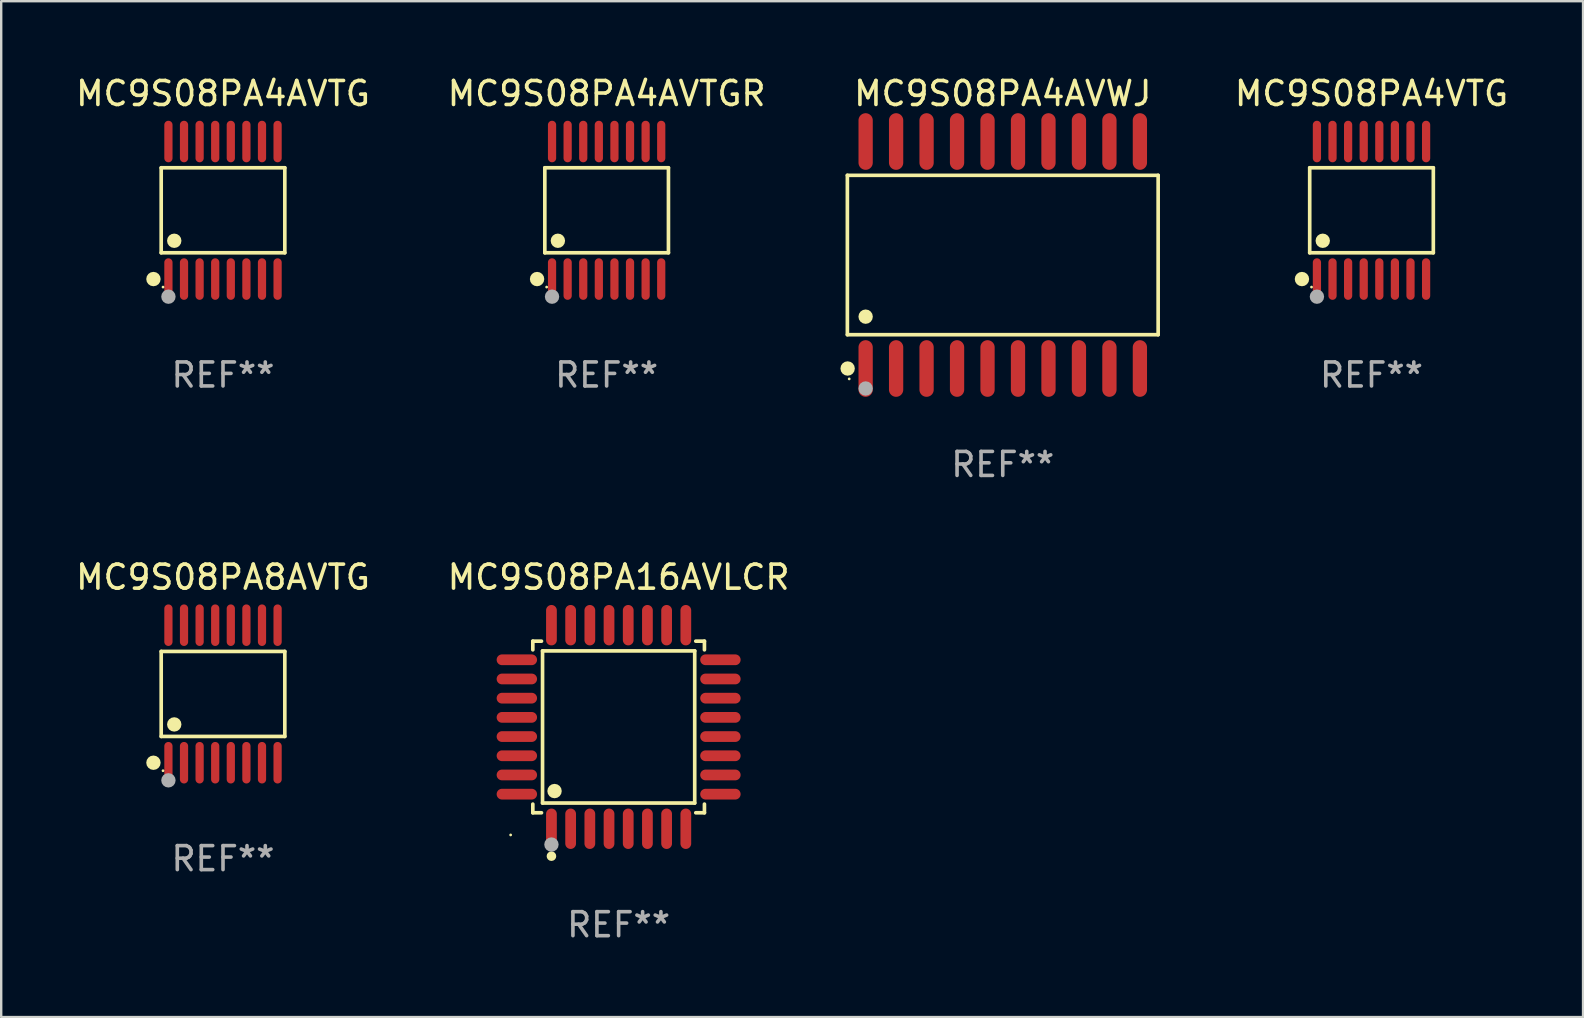
<source format=kicad_pcb>
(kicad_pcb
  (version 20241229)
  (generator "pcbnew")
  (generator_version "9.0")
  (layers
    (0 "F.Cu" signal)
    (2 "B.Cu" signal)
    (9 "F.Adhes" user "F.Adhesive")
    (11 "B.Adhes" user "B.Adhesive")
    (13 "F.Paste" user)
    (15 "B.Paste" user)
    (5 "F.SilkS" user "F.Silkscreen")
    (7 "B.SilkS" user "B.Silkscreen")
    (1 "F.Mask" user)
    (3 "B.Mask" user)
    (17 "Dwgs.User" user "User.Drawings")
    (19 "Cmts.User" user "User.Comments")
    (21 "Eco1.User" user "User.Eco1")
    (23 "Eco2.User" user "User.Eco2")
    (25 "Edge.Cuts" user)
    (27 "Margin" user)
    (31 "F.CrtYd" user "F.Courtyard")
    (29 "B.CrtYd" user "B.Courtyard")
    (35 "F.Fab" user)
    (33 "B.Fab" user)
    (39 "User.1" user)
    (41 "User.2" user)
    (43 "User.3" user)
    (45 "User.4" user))
  (footprint "MC9S08PA8AVTG"
    (layer "F.Cu")
    (at 6.244 25.871)
    (property "Reference" "MC9S08PA8AVTG" (at 0 -4.866 0) (layer "F.SilkS") (effects (font (size 1 1) (thickness 0.15))))
    (attr through_hole)
    (fp_line (start -2.576 -1.772) (end 2.576 -1.772) (stroke (width 0.152) (type solid)) (layer "F.SilkS"))
    (fp_line (start -2.576 1.771) (end -2.576 -1.772) (stroke (width 0.152) (type solid)) (layer "F.SilkS"))
    (fp_line (start 2.576 -1.772) (end 2.576 1.771) (stroke (width 0.152) (type solid)) (layer "F.SilkS"))
    (fp_line (start 2.576 1.771) (end -2.576 1.771) (stroke (width 0.152) (type solid)) (layer "F.SilkS"))
    (fp_circle (center -2.899 2.866) (end -2.749 2.866) (stroke (width 0.3) (type solid)) (fill no) (layer "F.SilkS"))
    (fp_circle (center -2.5 3.2) (end -2.47 3.2) (stroke (width 0.06) (type solid)) (fill no) (layer "F.SilkS"))
    (fp_circle (center -2.032 1.27) (end -1.882 1.27) (stroke (width 0.3) (type solid)) (fill no) (layer "F.SilkS"))
    (fp_circle (center -2.275 3.6) (end -2.125 3.6) (stroke (width 0.3) (type solid)) (fill no) (layer "F.Fab"))
    (fp_text user "REF**" (at 0 6.866 0) (layer "F.Fab") (effects (font (size 1 1) (thickness 0.15))))
    (pad "1" smd oval (at -2.275 2.866) (size 0.343 1.731) (layers "F.Cu" "F.Mask" "F.Paste"))
    (pad "2" smd oval (at -1.625 2.866) (size 0.343 1.731) (layers "F.Cu" "F.Mask" "F.Paste"))
    (pad "3" smd oval (at -0.975 2.866) (size 0.343 1.731) (layers "F.Cu" "F.Mask" "F.Paste"))
    (pad "4" smd oval (at -0.325 2.866) (size 0.343 1.731) (layers "F.Cu" "F.Mask" "F.Paste"))
    (pad "5" smd oval (at 0.325 2.866) (size 0.343 1.731) (layers "F.Cu" "F.Mask" "F.Paste"))
    (pad "6" smd oval (at 0.975 2.866) (size 0.343 1.731) (layers "F.Cu" "F.Mask" "F.Paste"))
    (pad "7" smd oval (at 1.625 2.866) (size 0.343 1.731) (layers "F.Cu" "F.Mask" "F.Paste"))
    (pad "8" smd oval (at 2.275 2.866) (size 0.343 1.731) (layers "F.Cu" "F.Mask" "F.Paste"))
    (pad "9" smd oval (at 2.275 -2.866) (size 0.343 1.731) (layers "F.Cu" "F.Mask" "F.Paste"))
    (pad "10" smd oval (at 1.625 -2.866) (size 0.343 1.731) (layers "F.Cu" "F.Mask" "F.Paste"))
    (pad "11" smd oval (at 0.975 -2.866) (size 0.343 1.731) (layers "F.Cu" "F.Mask" "F.Paste"))
    (pad "12" smd oval (at 0.325 -2.866) (size 0.343 1.731) (layers "F.Cu" "F.Mask" "F.Paste"))
    (pad "13" smd oval (at -0.325 -2.866) (size 0.343 1.731) (layers "F.Cu" "F.Mask" "F.Paste"))
    (pad "14" smd oval (at -0.975 -2.866) (size 0.343 1.731) (layers "F.Cu" "F.Mask" "F.Paste"))
    (pad "15" smd oval (at -1.625 -2.866) (size 0.343 1.731) (layers "F.Cu" "F.Mask" "F.Paste"))
    (pad "16" smd oval (at -2.275 -2.866) (size 0.343 1.731) (layers "F.Cu" "F.Mask" "F.Paste")))
  (footprint "MC9S08PA4VTG"
    (layer "F.Cu")
    (at 54.109 5.714)
    (property "Reference" "MC9S08PA4VTG" (at 0 -4.866 0) (layer "F.SilkS") (effects (font (size 1 1) (thickness 0.15))))
    (attr through_hole)
    (fp_line (start -2.576 -1.772) (end 2.576 -1.772) (stroke (width 0.152) (type solid)) (layer "F.SilkS"))
    (fp_line (start -2.576 1.771) (end -2.576 -1.772) (stroke (width 0.152) (type solid)) (layer "F.SilkS"))
    (fp_line (start 2.576 -1.772) (end 2.576 1.771) (stroke (width 0.152) (type solid)) (layer "F.SilkS"))
    (fp_line (start 2.576 1.771) (end -2.576 1.771) (stroke (width 0.152) (type solid)) (layer "F.SilkS"))
    (fp_circle (center -2.899 2.866) (end -2.749 2.866) (stroke (width 0.3) (type solid)) (fill no) (layer "F.SilkS"))
    (fp_circle (center -2.5 3.2) (end -2.47 3.2) (stroke (width 0.06) (type solid)) (fill no) (layer "F.SilkS"))
    (fp_circle (center -2.032 1.27) (end -1.882 1.27) (stroke (width 0.3) (type solid)) (fill no) (layer "F.SilkS"))
    (fp_circle (center -2.275 3.6) (end -2.125 3.6) (stroke (width 0.3) (type solid)) (fill no) (layer "F.Fab"))
    (fp_text user "REF**" (at 0 6.866 0) (layer "F.Fab") (effects (font (size 1 1) (thickness 0.15))))
    (pad "1" smd oval (at -2.275 2.866) (size 0.343 1.731) (layers "F.Cu" "F.Mask" "F.Paste"))
    (pad "2" smd oval (at -1.625 2.866) (size 0.343 1.731) (layers "F.Cu" "F.Mask" "F.Paste"))
    (pad "3" smd oval (at -0.975 2.866) (size 0.343 1.731) (layers "F.Cu" "F.Mask" "F.Paste"))
    (pad "4" smd oval (at -0.325 2.866) (size 0.343 1.731) (layers "F.Cu" "F.Mask" "F.Paste"))
    (pad "5" smd oval (at 0.325 2.866) (size 0.343 1.731) (layers "F.Cu" "F.Mask" "F.Paste"))
    (pad "6" smd oval (at 0.975 2.866) (size 0.343 1.731) (layers "F.Cu" "F.Mask" "F.Paste"))
    (pad "7" smd oval (at 1.625 2.866) (size 0.343 1.731) (layers "F.Cu" "F.Mask" "F.Paste"))
    (pad "8" smd oval (at 2.275 2.866) (size 0.343 1.731) (layers "F.Cu" "F.Mask" "F.Paste"))
    (pad "9" smd oval (at 2.275 -2.866) (size 0.343 1.731) (layers "F.Cu" "F.Mask" "F.Paste"))
    (pad "10" smd oval (at 1.625 -2.866) (size 0.343 1.731) (layers "F.Cu" "F.Mask" "F.Paste"))
    (pad "11" smd oval (at 0.975 -2.866) (size 0.343 1.731) (layers "F.Cu" "F.Mask" "F.Paste"))
    (pad "12" smd oval (at 0.325 -2.866) (size 0.343 1.731) (layers "F.Cu" "F.Mask" "F.Paste"))
    (pad "13" smd oval (at -0.325 -2.866) (size 0.343 1.731) (layers "F.Cu" "F.Mask" "F.Paste"))
    (pad "14" smd oval (at -0.975 -2.866) (size 0.343 1.731) (layers "F.Cu" "F.Mask" "F.Paste"))
    (pad "15" smd oval (at -1.625 -2.866) (size 0.343 1.731) (layers "F.Cu" "F.Mask" "F.Paste"))
    (pad "16" smd oval (at -2.275 -2.866) (size 0.343 1.731) (layers "F.Cu" "F.Mask" "F.Paste")))
  (footprint "MC9S08PA4AVWJ"
    (layer "F.Cu")
    (at 38.741 7.578)
    (property "Reference" "MC9S08PA4AVWJ" (at 0 -6.73 0) (layer "F.SilkS") (effects (font (size 1 1) (thickness 0.15))))
    (attr through_hole)
    (fp_line (start -6.476 -3.321) (end 6.476 -3.321) (stroke (width 0.152) (type solid)) (layer "F.SilkS"))
    (fp_line (start -6.476 3.321) (end -6.476 -3.321) (stroke (width 0.152) (type solid)) (layer "F.SilkS"))
    (fp_line (start 6.476 -3.321) (end 6.476 3.321) (stroke (width 0.152) (type solid)) (layer "F.SilkS"))
    (fp_line (start 6.476 3.321) (end -6.476 3.321) (stroke (width 0.152) (type solid)) (layer "F.SilkS"))
    (fp_circle (center -6.465 4.73) (end -6.315 4.73) (stroke (width 0.3) (type solid)) (fill no) (layer "F.SilkS"))
    (fp_circle (center -6.4 5.163) (end -6.37 5.163) (stroke (width 0.06) (type solid)) (fill no) (layer "F.SilkS"))
    (fp_circle (center -5.715 2.569) (end -5.565 2.569) (stroke (width 0.3) (type solid)) (fill no) (layer "F.SilkS"))
    (fp_circle (center -5.715 5.563) (end -5.565 5.563) (stroke (width 0.3) (type solid)) (fill no) (layer "F.Fab"))
    (fp_text user "REF**" (at 0 8.73 0) (layer "F.Fab") (effects (font (size 1 1) (thickness 0.15))))
    (pad "1" smd oval (at -5.715 4.73) (size 0.595 2.36) (layers "F.Cu" "F.Mask" "F.Paste"))
    (pad "2" smd oval (at -4.445 4.73) (size 0.595 2.36) (layers "F.Cu" "F.Mask" "F.Paste"))
    (pad "3" smd oval (at -3.175 4.73) (size 0.595 2.36) (layers "F.Cu" "F.Mask" "F.Paste"))
    (pad "4" smd oval (at -1.905 4.73) (size 0.595 2.36) (layers "F.Cu" "F.Mask" "F.Paste"))
    (pad "5" smd oval (at -0.635 4.73) (size 0.595 2.36) (layers "F.Cu" "F.Mask" "F.Paste"))
    (pad "6" smd oval (at 0.635 4.73) (size 0.595 2.36) (layers "F.Cu" "F.Mask" "F.Paste"))
    (pad "7" smd oval (at 1.905 4.73) (size 0.595 2.36) (layers "F.Cu" "F.Mask" "F.Paste"))
    (pad "8" smd oval (at 3.175 4.73) (size 0.595 2.36) (layers "F.Cu" "F.Mask" "F.Paste"))
    (pad "9" smd oval (at 4.445 4.73) (size 0.595 2.36) (layers "F.Cu" "F.Mask" "F.Paste"))
    (pad "10" smd oval (at 5.715 4.73) (size 0.595 2.36) (layers "F.Cu" "F.Mask" "F.Paste"))
    (pad "11" smd oval (at 5.715 -4.73) (size 0.595 2.36) (layers "F.Cu" "F.Mask" "F.Paste"))
    (pad "12" smd oval (at 4.445 -4.73) (size 0.595 2.36) (layers "F.Cu" "F.Mask" "F.Paste"))
    (pad "13" smd oval (at 3.175 -4.73) (size 0.595 2.36) (layers "F.Cu" "F.Mask" "F.Paste"))
    (pad "14" smd oval (at 1.905 -4.73) (size 0.595 2.36) (layers "F.Cu" "F.Mask" "F.Paste"))
    (pad "15" smd oval (at 0.635 -4.73) (size 0.595 2.36) (layers "F.Cu" "F.Mask" "F.Paste"))
    (pad "16" smd oval (at -0.635 -4.73) (size 0.595 2.36) (layers "F.Cu" "F.Mask" "F.Paste"))
    (pad "17" smd oval (at -1.905 -4.73) (size 0.595 2.36) (layers "F.Cu" "F.Mask" "F.Paste"))
    (pad "18" smd oval (at -3.175 -4.73) (size 0.595 2.36) (layers "F.Cu" "F.Mask" "F.Paste"))
    (pad "19" smd oval (at -4.445 -4.73) (size 0.595 2.36) (layers "F.Cu" "F.Mask" "F.Paste"))
    (pad "20" smd oval (at -5.715 -4.73) (size 0.595 2.36) (layers "F.Cu" "F.Mask" "F.Paste")))
  (footprint "MC9S08PA4AVTGR"
    (layer "F.Cu")
    (at 22.232 5.714)
    (property "Reference" "MC9S08PA4AVTGR" (at 0 -4.866 0) (layer "F.SilkS") (effects (font (size 1 1) (thickness 0.15))))
    (attr through_hole)
    (fp_line (start -2.576 -1.772) (end 2.576 -1.772) (stroke (width 0.152) (type solid)) (layer "F.SilkS"))
    (fp_line (start -2.576 1.771) (end -2.576 -1.772) (stroke (width 0.152) (type solid)) (layer "F.SilkS"))
    (fp_line (start 2.576 -1.772) (end 2.576 1.771) (stroke (width 0.152) (type solid)) (layer "F.SilkS"))
    (fp_line (start 2.576 1.771) (end -2.576 1.771) (stroke (width 0.152) (type solid)) (layer "F.SilkS"))
    (fp_circle (center -2.899 2.866) (end -2.749 2.866) (stroke (width 0.3) (type solid)) (fill no) (layer "F.SilkS"))
    (fp_circle (center -2.5 3.2) (end -2.47 3.2) (stroke (width 0.06) (type solid)) (fill no) (layer "F.SilkS"))
    (fp_circle (center -2.032 1.27) (end -1.882 1.27) (stroke (width 0.3) (type solid)) (fill no) (layer "F.SilkS"))
    (fp_circle (center -2.275 3.6) (end -2.125 3.6) (stroke (width 0.3) (type solid)) (fill no) (layer "F.Fab"))
    (fp_text user "REF**" (at 0 6.866 0) (layer "F.Fab") (effects (font (size 1 1) (thickness 0.15))))
    (pad "1" smd oval (at -2.275 2.866) (size 0.343 1.731) (layers "F.Cu" "F.Mask" "F.Paste"))
    (pad "2" smd oval (at -1.625 2.866) (size 0.343 1.731) (layers "F.Cu" "F.Mask" "F.Paste"))
    (pad "3" smd oval (at -0.975 2.866) (size 0.343 1.731) (layers "F.Cu" "F.Mask" "F.Paste"))
    (pad "4" smd oval (at -0.325 2.866) (size 0.343 1.731) (layers "F.Cu" "F.Mask" "F.Paste"))
    (pad "5" smd oval (at 0.325 2.866) (size 0.343 1.731) (layers "F.Cu" "F.Mask" "F.Paste"))
    (pad "6" smd oval (at 0.975 2.866) (size 0.343 1.731) (layers "F.Cu" "F.Mask" "F.Paste"))
    (pad "7" smd oval (at 1.625 2.866) (size 0.343 1.731) (layers "F.Cu" "F.Mask" "F.Paste"))
    (pad "8" smd oval (at 2.275 2.866) (size 0.343 1.731) (layers "F.Cu" "F.Mask" "F.Paste"))
    (pad "9" smd oval (at 2.275 -2.866) (size 0.343 1.731) (layers "F.Cu" "F.Mask" "F.Paste"))
    (pad "10" smd oval (at 1.625 -2.866) (size 0.343 1.731) (layers "F.Cu" "F.Mask" "F.Paste"))
    (pad "11" smd oval (at 0.975 -2.866) (size 0.343 1.731) (layers "F.Cu" "F.Mask" "F.Paste"))
    (pad "12" smd oval (at 0.325 -2.866) (size 0.343 1.731) (layers "F.Cu" "F.Mask" "F.Paste"))
    (pad "13" smd oval (at -0.325 -2.866) (size 0.343 1.731) (layers "F.Cu" "F.Mask" "F.Paste"))
    (pad "14" smd oval (at -0.975 -2.866) (size 0.343 1.731) (layers "F.Cu" "F.Mask" "F.Paste"))
    (pad "15" smd oval (at -1.625 -2.866) (size 0.343 1.731) (layers "F.Cu" "F.Mask" "F.Paste"))
    (pad "16" smd oval (at -2.275 -2.866) (size 0.343 1.731) (layers "F.Cu" "F.Mask" "F.Paste")))
  (footprint "MC9S08PA16AVLCR"
    (layer "F.Cu")
    (at 22.732 27.247)
    (property "Reference" "MC9S08PA16AVLCR" (at 0 -6.242 0) (layer "F.SilkS") (effects (font (size 1 1) (thickness 0.15))))
    (attr through_hole)
    (fp_line (start -3.576 -3.576) (end -3.215 -3.576) (stroke (width 0.152) (type solid)) (layer "F.SilkS"))
    (fp_line (start -3.576 -3.215) (end -3.576 -3.576) (stroke (width 0.152) (type solid)) (layer "F.SilkS"))
    (fp_line (start -3.576 3.215) (end -3.576 3.576) (stroke (width 0.152) (type solid)) (layer "F.SilkS"))
    (fp_line (start -3.576 3.576) (end -3.215 3.576) (stroke (width 0.152) (type solid)) (layer "F.SilkS"))
    (fp_line (start -3.171 -3.171) (end 3.171 -3.171) (stroke (width 0.152) (type solid)) (layer "F.SilkS"))
    (fp_line (start -3.171 3.171) (end -3.171 -3.171) (stroke (width 0.152) (type solid)) (layer "F.SilkS"))
    (fp_line (start 3.171 -3.171) (end 3.171 3.171) (stroke (width 0.152) (type solid)) (layer "F.SilkS"))
    (fp_line (start 3.171 3.171) (end -3.171 3.171) (stroke (width 0.152) (type solid)) (layer "F.SilkS"))
    (fp_line (start 3.576 -3.576) (end 3.215 -3.576) (stroke (width 0.152) (type solid)) (layer "F.SilkS"))
    (fp_line (start 3.576 -3.215) (end 3.576 -3.576) (stroke (width 0.152) (type solid)) (layer "F.SilkS"))
    (fp_line (start 3.576 3.215) (end 3.576 3.576) (stroke (width 0.152) (type solid)) (layer "F.SilkS"))
    (fp_line (start 3.576 3.576) (end 3.215 3.576) (stroke (width 0.152) (type solid)) (layer "F.SilkS"))
    (fp_circle (center -4.5 4.5) (end -4.47 4.5) (stroke (width 0.06) (type solid)) (fill no) (layer "F.SilkS"))
    (fp_circle (center -2.8 5.384) (end -2.7 5.384) (stroke (width 0.2) (type solid)) (fill no) (layer "F.SilkS"))
    (fp_circle (center -2.671 2.671) (end -2.521 2.671) (stroke (width 0.3) (type solid)) (fill no) (layer "F.SilkS"))
    (fp_circle (center -2.8 4.9) (end -2.65 4.9) (stroke (width 0.3) (type solid)) (fill no) (layer "F.Fab"))
    (fp_text user "REF**" (at 0 8.242 0) (layer "F.Fab") (effects (font (size 1 1) (thickness 0.15))))
    (pad "1" smd oval (at -2.8 4.242) (size 0.448 1.684) (layers "F.Cu" "F.Mask" "F.Paste"))
    (pad "2" smd oval (at -2 4.242) (size 0.448 1.684) (layers "F.Cu" "F.Mask" "F.Paste"))
    (pad "3" smd oval (at -1.2 4.242) (size 0.448 1.684) (layers "F.Cu" "F.Mask" "F.Paste"))
    (pad "4" smd oval (at -0.4 4.242) (size 0.448 1.684) (layers "F.Cu" "F.Mask" "F.Paste"))
    (pad "5" smd oval (at 0.4 4.242) (size 0.448 1.684) (layers "F.Cu" "F.Mask" "F.Paste"))
    (pad "6" smd oval (at 1.2 4.242) (size 0.448 1.684) (layers "F.Cu" "F.Mask" "F.Paste"))
    (pad "7" smd oval (at 2 4.242) (size 0.448 1.684) (layers "F.Cu" "F.Mask" "F.Paste"))
    (pad "8" smd oval (at 2.8 4.242) (size 0.448 1.684) (layers "F.Cu" "F.Mask" "F.Paste"))
    (pad "9" smd oval (at 4.242 2.8) (size 1.684 0.448) (layers "F.Cu" "F.Mask" "F.Paste"))
    (pad "10" smd oval (at 4.242 2) (size 1.684 0.448) (layers "F.Cu" "F.Mask" "F.Paste"))
    (pad "11" smd oval (at 4.242 1.2) (size 1.684 0.448) (layers "F.Cu" "F.Mask" "F.Paste"))
    (pad "12" smd oval (at 4.242 0.4) (size 1.684 0.448) (layers "F.Cu" "F.Mask" "F.Paste"))
    (pad "13" smd oval (at 4.242 -0.4) (size 1.684 0.448) (layers "F.Cu" "F.Mask" "F.Paste"))
    (pad "14" smd oval (at 4.242 -1.2) (size 1.684 0.448) (layers "F.Cu" "F.Mask" "F.Paste"))
    (pad "15" smd oval (at 4.242 -2) (size 1.684 0.448) (layers "F.Cu" "F.Mask" "F.Paste"))
    (pad "16" smd oval (at 4.242 -2.8) (size 1.684 0.448) (layers "F.Cu" "F.Mask" "F.Paste"))
    (pad "17" smd oval (at 2.8 -4.242) (size 0.448 1.684) (layers "F.Cu" "F.Mask" "F.Paste"))
    (pad "18" smd oval (at 2 -4.242) (size 0.448 1.684) (layers "F.Cu" "F.Mask" "F.Paste"))
    (pad "19" smd oval (at 1.2 -4.242) (size 0.448 1.684) (layers "F.Cu" "F.Mask" "F.Paste"))
    (pad "20" smd oval (at 0.4 -4.242) (size 0.448 1.684) (layers "F.Cu" "F.Mask" "F.Paste"))
    (pad "21" smd oval (at -0.4 -4.242) (size 0.448 1.684) (layers "F.Cu" "F.Mask" "F.Paste"))
    (pad "22" smd oval (at -1.2 -4.242) (size 0.448 1.684) (layers "F.Cu" "F.Mask" "F.Paste"))
    (pad "23" smd oval (at -2 -4.242) (size 0.448 1.684) (layers "F.Cu" "F.Mask" "F.Paste"))
    (pad "24" smd oval (at -2.8 -4.242) (size 0.448 1.684) (layers "F.Cu" "F.Mask" "F.Paste"))
    (pad "25" smd oval (at -4.242 -2.8) (size 1.684 0.448) (layers "F.Cu" "F.Mask" "F.Paste"))
    (pad "26" smd oval (at -4.242 -2) (size 1.684 0.448) (layers "F.Cu" "F.Mask" "F.Paste"))
    (pad "27" smd oval (at -4.242 -1.2) (size 1.684 0.448) (layers "F.Cu" "F.Mask" "F.Paste"))
    (pad "28" smd oval (at -4.242 -0.4) (size 1.684 0.448) (layers "F.Cu" "F.Mask" "F.Paste"))
    (pad "29" smd oval (at -4.242 0.4) (size 1.684 0.448) (layers "F.Cu" "F.Mask" "F.Paste"))
    (pad "30" smd oval (at -4.242 1.2) (size 1.684 0.448) (layers "F.Cu" "F.Mask" "F.Paste"))
    (pad "31" smd oval (at -4.242 2) (size 1.684 0.448) (layers "F.Cu" "F.Mask" "F.Paste"))
    (pad "32" smd oval (at -4.242 2.8) (size 1.684 0.448) (layers "F.Cu" "F.Mask" "F.Paste")))
  (footprint "MC9S08PA4AVTG"
    (layer "F.Cu")
    (at 6.244 5.714)
    (property "Reference" "MC9S08PA4AVTG" (at 0 -4.866 0) (layer "F.SilkS") (effects (font (size 1 1) (thickness 0.15))))
    (attr through_hole)
    (fp_line (start -2.576 -1.772) (end 2.576 -1.772) (stroke (width 0.152) (type solid)) (layer "F.SilkS"))
    (fp_line (start -2.576 1.771) (end -2.576 -1.772) (stroke (width 0.152) (type solid)) (layer "F.SilkS"))
    (fp_line (start 2.576 -1.772) (end 2.576 1.771) (stroke (width 0.152) (type solid)) (layer "F.SilkS"))
    (fp_line (start 2.576 1.771) (end -2.576 1.771) (stroke (width 0.152) (type solid)) (layer "F.SilkS"))
    (fp_circle (center -2.899 2.866) (end -2.749 2.866) (stroke (width 0.3) (type solid)) (fill no) (layer "F.SilkS"))
    (fp_circle (center -2.5 3.2) (end -2.47 3.2) (stroke (width 0.06) (type solid)) (fill no) (layer "F.SilkS"))
    (fp_circle (center -2.032 1.27) (end -1.882 1.27) (stroke (width 0.3) (type solid)) (fill no) (layer "F.SilkS"))
    (fp_circle (center -2.275 3.6) (end -2.125 3.6) (stroke (width 0.3) (type solid)) (fill no) (layer "F.Fab"))
    (fp_text user "REF**" (at 0 6.866 0) (layer "F.Fab") (effects (font (size 1 1) (thickness 0.15))))
    (pad "1" smd oval (at -2.275 2.866) (size 0.343 1.731) (layers "F.Cu" "F.Mask" "F.Paste"))
    (pad "2" smd oval (at -1.625 2.866) (size 0.343 1.731) (layers "F.Cu" "F.Mask" "F.Paste"))
    (pad "3" smd oval (at -0.975 2.866) (size 0.343 1.731) (layers "F.Cu" "F.Mask" "F.Paste"))
    (pad "4" smd oval (at -0.325 2.866) (size 0.343 1.731) (layers "F.Cu" "F.Mask" "F.Paste"))
    (pad "5" smd oval (at 0.325 2.866) (size 0.343 1.731) (layers "F.Cu" "F.Mask" "F.Paste"))
    (pad "6" smd oval (at 0.975 2.866) (size 0.343 1.731) (layers "F.Cu" "F.Mask" "F.Paste"))
    (pad "7" smd oval (at 1.625 2.866) (size 0.343 1.731) (layers "F.Cu" "F.Mask" "F.Paste"))
    (pad "8" smd oval (at 2.275 2.866) (size 0.343 1.731) (layers "F.Cu" "F.Mask" "F.Paste"))
    (pad "9" smd oval (at 2.275 -2.866) (size 0.343 1.731) (layers "F.Cu" "F.Mask" "F.Paste"))
    (pad "10" smd oval (at 1.625 -2.866) (size 0.343 1.731) (layers "F.Cu" "F.Mask" "F.Paste"))
    (pad "11" smd oval (at 0.975 -2.866) (size 0.343 1.731) (layers "F.Cu" "F.Mask" "F.Paste"))
    (pad "12" smd oval (at 0.325 -2.866) (size 0.343 1.731) (layers "F.Cu" "F.Mask" "F.Paste"))
    (pad "13" smd oval (at -0.325 -2.866) (size 0.343 1.731) (layers "F.Cu" "F.Mask" "F.Paste"))
    (pad "14" smd oval (at -0.975 -2.866) (size 0.343 1.731) (layers "F.Cu" "F.Mask" "F.Paste"))
    (pad "15" smd oval (at -1.625 -2.866) (size 0.343 1.731) (layers "F.Cu" "F.Mask" "F.Paste"))
    (pad "16" smd oval (at -2.275 -2.866) (size 0.343 1.731) (layers "F.Cu" "F.Mask" "F.Paste")))
  (gr_rect
    (start -3 -3)
    (end 62.925 39.337)
    (stroke (width 0.1) (type default))
    (fill no)
    (layer "Edge.Cuts")))
</source>
